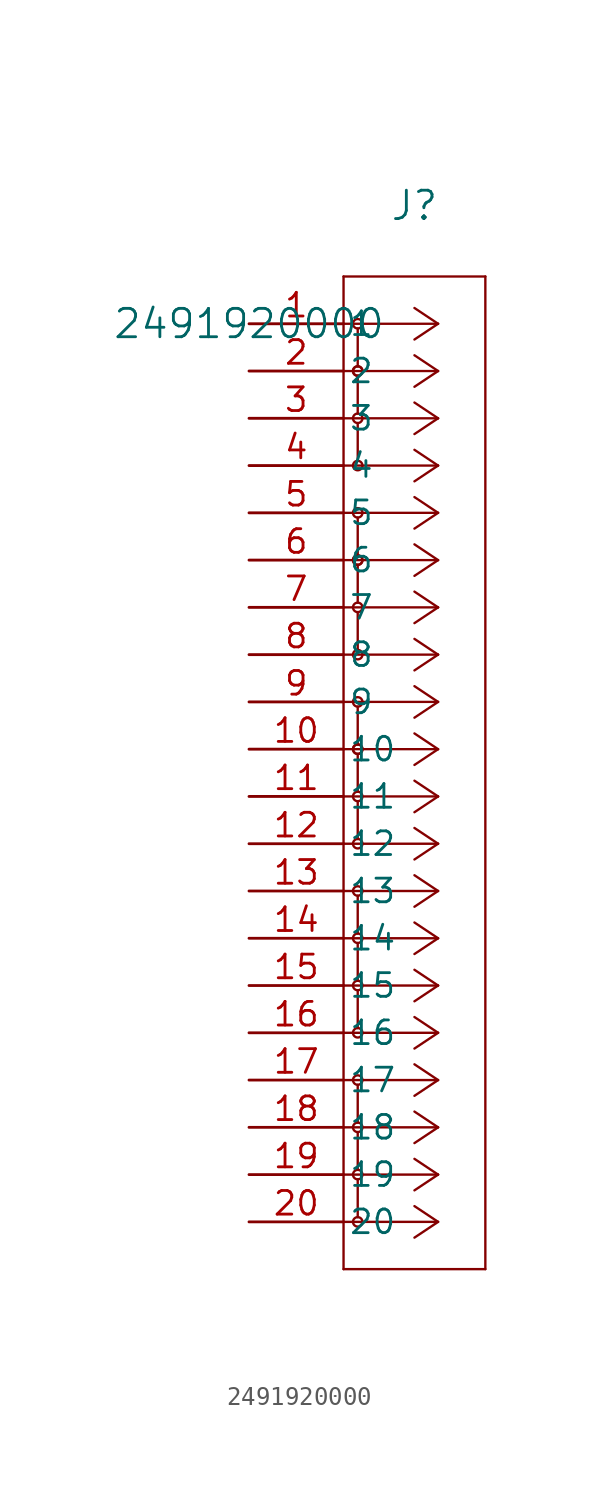
<source format=kicad_sym>
(kicad_symbol_lib
  (version 20211014)
  (generator kicad_symbol_editor)
  (symbol "2491920000"
    (pin_names
      (offset 0.254))
    (property "Reference" "J"
      (at 8.89 6.35 0)
      (effects (font (size 1.524 1.524))))
    (property "Value" "2491920000"
      (at 0 0 0)
      (effects (font (size 1.524 1.524))))
    (symbol "2491920000_0_1"
      (polyline (pts (xy 10.16 0) (xy 5.08 0)) (stroke (width 0.127) (type default) (color 0 0 0 0)) (fill (type none)))
      (polyline (pts (xy 10.16 -2.54) (xy 5.08 -2.54)) (stroke (width 0.127) (type default) (color 0 0 0 0)) (fill (type none)))
      (polyline (pts (xy 10.16 -5.08) (xy 5.08 -5.08)) (stroke (width 0.127) (type default) (color 0 0 0 0)) (fill (type none)))
      (polyline (pts (xy 10.16 -7.62) (xy 5.08 -7.62)) (stroke (width 0.127) (type default) (color 0 0 0 0)) (fill (type none)))
      (polyline (pts (xy 10.16 -10.16) (xy 5.08 -10.16)) (stroke (width 0.127) (type default) (color 0 0 0 0)) (fill (type none)))
      (polyline (pts (xy 10.16 -12.7) (xy 5.08 -12.7)) (stroke (width 0.127) (type default) (color 0 0 0 0)) (fill (type none)))
      (polyline (pts (xy 10.16 -15.24) (xy 5.08 -15.24)) (stroke (width 0.127) (type default) (color 0 0 0 0)) (fill (type none)))
      (polyline (pts (xy 10.16 -17.78) (xy 5.08 -17.78)) (stroke (width 0.127) (type default) (color 0 0 0 0)) (fill (type none)))
      (polyline (pts (xy 10.16 -20.32) (xy 5.08 -20.32)) (stroke (width 0.127) (type default) (color 0 0 0 0)) (fill (type none)))
      (polyline (pts (xy 10.16 -22.86) (xy 5.08 -22.86)) (stroke (width 0.127) (type default) (color 0 0 0 0)) (fill (type none)))
      (polyline (pts (xy 10.16 -25.4) (xy 5.08 -25.4)) (stroke (width 0.127) (type default) (color 0 0 0 0)) (fill (type none)))
      (polyline (pts (xy 10.16 -27.94) (xy 5.08 -27.94)) (stroke (width 0.127) (type default) (color 0 0 0 0)) (fill (type none)))
      (polyline (pts (xy 10.16 -30.48) (xy 5.08 -30.48)) (stroke (width 0.127) (type default) (color 0 0 0 0)) (fill (type none)))
      (polyline (pts (xy 10.16 -33.02) (xy 5.08 -33.02)) (stroke (width 0.127) (type default) (color 0 0 0 0)) (fill (type none)))
      (polyline (pts (xy 10.16 -35.56) (xy 5.08 -35.56)) (stroke (width 0.127) (type default) (color 0 0 0 0)) (fill (type none)))
      (polyline (pts (xy 10.16 -38.1) (xy 5.08 -38.1)) (stroke (width 0.127) (type default) (color 0 0 0 0)) (fill (type none)))
      (polyline (pts (xy 10.16 -40.64) (xy 5.08 -40.64)) (stroke (width 0.127) (type default) (color 0 0 0 0)) (fill (type none)))
      (polyline (pts (xy 10.16 -43.18) (xy 5.08 -43.18)) (stroke (width 0.127) (type default) (color 0 0 0 0)) (fill (type none)))
      (polyline (pts (xy 10.16 -45.72) (xy 5.08 -45.72)) (stroke (width 0.127) (type default) (color 0 0 0 0)) (fill (type none)))
      (polyline (pts (xy 10.16 -48.26) (xy 5.08 -48.26)) (stroke (width 0.127) (type default) (color 0 0 0 0)) (fill (type none)))
      (polyline (pts (xy 10.16 0) (xy 8.89 0.847)) (stroke (width 0.127) (type default) (color 0 0 0 0)) (fill (type none)))
      (polyline (pts (xy 10.16 -2.54) (xy 8.89 -1.693)) (stroke (width 0.127) (type default) (color 0 0 0 0)) (fill (type none)))
      (polyline (pts (xy 10.16 -5.08) (xy 8.89 -4.233)) (stroke (width 0.127) (type default) (color 0 0 0 0)) (fill (type none)))
      (polyline (pts (xy 10.16 -7.62) (xy 8.89 -6.773)) (stroke (width 0.127) (type default) (color 0 0 0 0)) (fill (type none)))
      (polyline (pts (xy 10.16 -10.16) (xy 8.89 -9.313)) (stroke (width 0.127) (type default) (color 0 0 0 0)) (fill (type none)))
      (polyline (pts (xy 10.16 -12.7) (xy 8.89 -11.853)) (stroke (width 0.127) (type default) (color 0 0 0 0)) (fill (type none)))
      (polyline (pts (xy 10.16 -15.24) (xy 8.89 -14.393)) (stroke (width 0.127) (type default) (color 0 0 0 0)) (fill (type none)))
      (polyline (pts (xy 10.16 -17.78) (xy 8.89 -16.933)) (stroke (width 0.127) (type default) (color 0 0 0 0)) (fill (type none)))
      (polyline (pts (xy 10.16 -20.32) (xy 8.89 -19.473)) (stroke (width 0.127) (type default) (color 0 0 0 0)) (fill (type none)))
      (polyline (pts (xy 10.16 -22.86) (xy 8.89 -22.013)) (stroke (width 0.127) (type default) (color 0 0 0 0)) (fill (type none)))
      (polyline (pts (xy 10.16 -25.4) (xy 8.89 -24.553)) (stroke (width 0.127) (type default) (color 0 0 0 0)) (fill (type none)))
      (polyline (pts (xy 10.16 -27.94) (xy 8.89 -27.093)) (stroke (width 0.127) (type default) (color 0 0 0 0)) (fill (type none)))
      (polyline (pts (xy 10.16 -30.48) (xy 8.89 -29.633)) (stroke (width 0.127) (type default) (color 0 0 0 0)) (fill (type none)))
      (polyline (pts (xy 10.16 -33.02) (xy 8.89 -32.173)) (stroke (width 0.127) (type default) (color 0 0 0 0)) (fill (type none)))
      (polyline (pts (xy 10.16 -35.56) (xy 8.89 -34.713)) (stroke (width 0.127) (type default) (color 0 0 0 0)) (fill (type none)))
      (polyline (pts (xy 10.16 -38.1) (xy 8.89 -37.253)) (stroke (width 0.127) (type default) (color 0 0 0 0)) (fill (type none)))
      (polyline (pts (xy 10.16 -40.64) (xy 8.89 -39.793)) (stroke (width 0.127) (type default) (color 0 0 0 0)) (fill (type none)))
      (polyline (pts (xy 10.16 -43.18) (xy 8.89 -42.333)) (stroke (width 0.127) (type default) (color 0 0 0 0)) (fill (type none)))
      (polyline (pts (xy 10.16 -45.72) (xy 8.89 -44.873)) (stroke (width 0.127) (type default) (color 0 0 0 0)) (fill (type none)))
      (polyline (pts (xy 10.16 -48.26) (xy 8.89 -47.413)) (stroke (width 0.127) (type default) (color 0 0 0 0)) (fill (type none)))
      (polyline (pts (xy 10.16 0) (xy 8.89 -0.847)) (stroke (width 0.127) (type default) (color 0 0 0 0)) (fill (type none)))
      (polyline (pts (xy 10.16 -2.54) (xy 8.89 -3.387)) (stroke (width 0.127) (type default) (color 0 0 0 0)) (fill (type none)))
      (polyline (pts (xy 10.16 -5.08) (xy 8.89 -5.927)) (stroke (width 0.127) (type default) (color 0 0 0 0)) (fill (type none)))
      (polyline (pts (xy 10.16 -7.62) (xy 8.89 -8.467)) (stroke (width 0.127) (type default) (color 0 0 0 0)) (fill (type none)))
      (polyline (pts (xy 10.16 -10.16) (xy 8.89 -11.007)) (stroke (width 0.127) (type default) (color 0 0 0 0)) (fill (type none)))
      (polyline (pts (xy 10.16 -12.7) (xy 8.89 -13.547)) (stroke (width 0.127) (type default) (color 0 0 0 0)) (fill (type none)))
      (polyline (pts (xy 10.16 -15.24) (xy 8.89 -16.087)) (stroke (width 0.127) (type default) (color 0 0 0 0)) (fill (type none)))
      (polyline (pts (xy 10.16 -17.78) (xy 8.89 -18.627)) (stroke (width 0.127) (type default) (color 0 0 0 0)) (fill (type none)))
      (polyline (pts (xy 10.16 -20.32) (xy 8.89 -21.167)) (stroke (width 0.127) (type default) (color 0 0 0 0)) (fill (type none)))
      (polyline (pts (xy 10.16 -22.86) (xy 8.89 -23.707)) (stroke (width 0.127) (type default) (color 0 0 0 0)) (fill (type none)))
      (polyline (pts (xy 10.16 -25.4) (xy 8.89 -26.247)) (stroke (width 0.127) (type default) (color 0 0 0 0)) (fill (type none)))
      (polyline (pts (xy 10.16 -27.94) (xy 8.89 -28.787)) (stroke (width 0.127) (type default) (color 0 0 0 0)) (fill (type none)))
      (polyline (pts (xy 10.16 -30.48) (xy 8.89 -31.327)) (stroke (width 0.127) (type default) (color 0 0 0 0)) (fill (type none)))
      (polyline (pts (xy 10.16 -33.02) (xy 8.89 -33.867)) (stroke (width 0.127) (type default) (color 0 0 0 0)) (fill (type none)))
      (polyline (pts (xy 10.16 -35.56) (xy 8.89 -36.407)) (stroke (width 0.127) (type default) (color 0 0 0 0)) (fill (type none)))
      (polyline (pts (xy 10.16 -38.1) (xy 8.89 -38.947)) (stroke (width 0.127) (type default) (color 0 0 0 0)) (fill (type none)))
      (polyline (pts (xy 10.16 -40.64) (xy 8.89 -41.487)) (stroke (width 0.127) (type default) (color 0 0 0 0)) (fill (type none)))
      (polyline (pts (xy 10.16 -43.18) (xy 8.89 -44.027)) (stroke (width 0.127) (type default) (color 0 0 0 0)) (fill (type none)))
      (polyline (pts (xy 10.16 -45.72) (xy 8.89 -46.567)) (stroke (width 0.127) (type default) (color 0 0 0 0)) (fill (type none)))
      (polyline (pts (xy 10.16 -48.26) (xy 8.89 -49.107)) (stroke (width 0.127) (type default) (color 0 0 0 0)) (fill (type none)))
      (polyline (pts (xy 5.08 2.54) (xy 5.08 -50.8)) (stroke (width 0.127) (type default) (color 0 0 0 0)) (fill (type none)))
      (polyline (pts (xy 5.08 -50.8) (xy 12.7 -50.8)) (stroke (width 0.127) (type default) (color 0 0 0 0)) (fill (type none)))
      (polyline (pts (xy 12.7 -50.8) (xy 12.7 2.54)) (stroke (width 0.127) (type default) (color 0 0 0 0)) (fill (type none)))
      (polyline (pts (xy 12.7 2.54) (xy 5.08 2.54)) (stroke (width 0.127) (type default) (color 0 0 0 0)) (fill (type none)))
      (circle (center 5.842 -2.54) (radius 0.254) (stroke (width 0.127) (type default) (color 0 0 0 0)) (fill (type none)))
      (circle (center 5.842 0) (radius 0.254) (stroke (width 0.127) (type default) (color 0 0 0 0)) (fill (type none)))
      (circle (center 5.842 -5.08) (radius 0.254) (stroke (width 0.127) (type default) (color 0 0 0 0)) (fill (type none)))
      (circle (center 5.842 -7.62) (radius 0.254) (stroke (width 0.127) (type default) (color 0 0 0 0)) (fill (type none)))
      (circle (center 5.842 -10.16) (radius 0.254) (stroke (width 0.127) (type default) (color 0 0 0 0)) (fill (type none)))
      (circle (center 5.842 -2.54) (radius 0.254) (stroke (width 0.127) (type default) (color 0 0 0 0)) (fill (type none)))
      (circle (center 5.842 -12.7) (radius 0.254) (stroke (width 0.127) (type default) (color 0 0 0 0)) (fill (type none)))
      (circle (center 5.842 -15.24) (radius 0.254) (stroke (width 0.127) (type default) (color 0 0 0 0)) (fill (type none)))
      (circle (center 5.842 -17.78) (radius 0.254) (stroke (width 0.127) (type default) (color 0 0 0 0)) (fill (type none)))
      (circle (center 5.842 -20.32) (radius 0.254) (stroke (width 0.127) (type default) (color 0 0 0 0)) (fill (type none)))
      (circle (center 5.842 -12.7) (radius 0.254) (stroke (width 0.127) (type default) (color 0 0 0 0)) (fill (type none)))
      (circle (center 5.842 -22.86) (radius 0.254) (stroke (width 0.127) (type default) (color 0 0 0 0)) (fill (type none)))
      (circle (center 5.842 -25.4) (radius 0.254) (stroke (width 0.127) (type default) (color 0 0 0 0)) (fill (type none)))
      (circle (center 5.842 -27.94) (radius 0.254) (stroke (width 0.127) (type default) (color 0 0 0 0)) (fill (type none)))
      (circle (center 5.842 -30.48) (radius 0.254) (stroke (width 0.127) (type default) (color 0 0 0 0)) (fill (type none)))
      (circle (center 5.842 -22.86) (radius 0.254) (stroke (width 0.127) (type default) (color 0 0 0 0)) (fill (type none)))
      (polyline (pts (xy 5.842 -0.254) (xy 5.842 -2.286)) (stroke (width 0.127) (type default) (color 0 0 0 0)) (fill (type none)))
      (polyline (pts (xy 5.842 -2.794) (xy 5.842 -4.826)) (stroke (width 0.127) (type default) (color 0 0 0 0)) (fill (type none)))
      (polyline (pts (xy 5.842 -5.334) (xy 5.842 -7.366)) (stroke (width 0.127) (type default) (color 0 0 0 0)) (fill (type none)))
      (polyline (pts (xy 5.842 -10.414) (xy 5.842 -12.446)) (stroke (width 0.127) (type default) (color 0 0 0 0)) (fill (type none)))
      (polyline (pts (xy 5.842 -12.954) (xy 5.842 -14.986)) (stroke (width 0.127) (type default) (color 0 0 0 0)) (fill (type none)))
      (polyline (pts (xy 5.842 -15.494) (xy 5.842 -17.526)) (stroke (width 0.127) (type default) (color 0 0 0 0)) (fill (type none)))
      (polyline (pts (xy 5.842 -20.574) (xy 5.842 -22.606)) (stroke (width 0.127) (type default) (color 0 0 0 0)) (fill (type none)))
      (polyline (pts (xy 5.842 -23.114) (xy 5.842 -25.146)) (stroke (width 0.127) (type default) (color 0 0 0 0)) (fill (type none)))
      (polyline (pts (xy 5.842 -25.654) (xy 5.842 -27.686)) (stroke (width 0.127) (type default) (color 0 0 0 0)) (fill (type none)))
      (circle (center 5.842 -33.02) (radius 0.254) (stroke (width 0.127) (type default) (color 0 0 0 0)) (fill (type none)))
      (circle (center 5.842 -35.56) (radius 0.254) (stroke (width 0.127) (type default) (color 0 0 0 0)) (fill (type none)))
      (circle (center 5.842 -38.1) (radius 0.254) (stroke (width 0.127) (type default) (color 0 0 0 0)) (fill (type none)))
      (circle (center 5.842 -40.64) (radius 0.254) (stroke (width 0.127) (type default) (color 0 0 0 0)) (fill (type none)))
      (circle (center 5.842 -43.18) (radius 0.254) (stroke (width 0.127) (type default) (color 0 0 0 0)) (fill (type none)))
      (circle (center 5.842 -45.72) (radius 0.254) (stroke (width 0.127) (type default) (color 0 0 0 0)) (fill (type none)))
      (circle (center 5.842 -48.26) (radius 0.254) (stroke (width 0.127) (type default) (color 0 0 0 0)) (fill (type none)))
      (polyline (pts (xy 5.842 -48.006) (xy 5.842 -45.974)) (stroke (width 0.127) (type default) (color 0 0 0 0)) (fill (type none)))
      (polyline (pts (xy 5.842 -45.466) (xy 5.842 -43.434)) (stroke (width 0.127) (type default) (color 0 0 0 0)) (fill (type none)))
      (polyline (pts (xy 5.842 -42.926) (xy 5.842 -40.894)) (stroke (width 0.127) (type default) (color 0 0 0 0)) (fill (type none)))
      (polyline (pts (xy 5.842 -37.846) (xy 5.842 -35.814)) (stroke (width 0.127) (type default) (color 0 0 0 0)) (fill (type none)))
      (polyline (pts (xy 5.842 -35.306) (xy 5.842 -33.274)) (stroke (width 0.127) (type default) (color 0 0 0 0)) (fill (type none)))
      (polyline (pts (xy 5.842 -32.766) (xy 5.842 -30.734)) (stroke (width 0.127) (type default) (color 0 0 0 0)) (fill (type none)))
      (pin unspecified line (at 0 0 0) (length 5.08) (name "1" (effects (font (size 1.27 1.27)))) (number "1" (effects (font (size 1.27 1.27)))))
      (pin unspecified line (at 0 -2.54 0) (length 5.08) (name "2" (effects (font (size 1.27 1.27)))) (number "2" (effects (font (size 1.27 1.27)))))
      (pin unspecified line (at 0 -5.08 0) (length 5.08) (name "3" (effects (font (size 1.27 1.27)))) (number "3" (effects (font (size 1.27 1.27)))))
      (pin unspecified line (at 0 -7.62 0) (length 5.08) (name "4" (effects (font (size 1.27 1.27)))) (number "4" (effects (font (size 1.27 1.27)))))
      (pin unspecified line (at 0 -10.16 0) (length 5.08) (name "5" (effects (font (size 1.27 1.27)))) (number "5" (effects (font (size 1.27 1.27)))))
      (pin unspecified line (at 0 -12.7 0) (length 5.08) (name "6" (effects (font (size 1.27 1.27)))) (number "6" (effects (font (size 1.27 1.27)))))
      (pin unspecified line (at 0 -15.24 0) (length 5.08) (name "7" (effects (font (size 1.27 1.27)))) (number "7" (effects (font (size 1.27 1.27)))))
      (pin unspecified line (at 0 -17.78 0) (length 5.08) (name "8" (effects (font (size 1.27 1.27)))) (number "8" (effects (font (size 1.27 1.27)))))
      (pin unspecified line (at 0 -20.32 0) (length 5.08) (name "9" (effects (font (size 1.27 1.27)))) (number "9" (effects (font (size 1.27 1.27)))))
      (pin unspecified line (at 0 -22.86 0) (length 5.08) (name "10" (effects (font (size 1.27 1.27)))) (number "10" (effects (font (size 1.27 1.27)))))
      (pin unspecified line (at 0 -25.4 0) (length 5.08) (name "11" (effects (font (size 1.27 1.27)))) (number "11" (effects (font (size 1.27 1.27)))))
      (pin unspecified line (at 0 -27.94 0) (length 5.08) (name "12" (effects (font (size 1.27 1.27)))) (number "12" (effects (font (size 1.27 1.27)))))
      (pin unspecified line (at 0 -30.48 0) (length 5.08) (name "13" (effects (font (size 1.27 1.27)))) (number "13" (effects (font (size 1.27 1.27)))))
      (pin unspecified line (at 0 -33.02 0) (length 5.08) (name "14" (effects (font (size 1.27 1.27)))) (number "14" (effects (font (size 1.27 1.27)))))
      (pin unspecified line (at 0 -35.56 0) (length 5.08) (name "15" (effects (font (size 1.27 1.27)))) (number "15" (effects (font (size 1.27 1.27)))))
      (pin unspecified line (at 0 -38.1 0) (length 5.08) (name "16" (effects (font (size 1.27 1.27)))) (number "16" (effects (font (size 1.27 1.27)))))
      (pin unspecified line (at 0 -40.64 0) (length 5.08) (name "17" (effects (font (size 1.27 1.27)))) (number "17" (effects (font (size 1.27 1.27)))))
      (pin unspecified line (at 0 -43.18 0) (length 5.08) (name "18" (effects (font (size 1.27 1.27)))) (number "18" (effects (font (size 1.27 1.27)))))
      (pin unspecified line (at 0 -45.72 0) (length 5.08) (name "19" (effects (font (size 1.27 1.27)))) (number "19" (effects (font (size 1.27 1.27)))))
      (pin unspecified line (at 0 -48.26 0) (length 5.08) (name "20" (effects (font (size 1.27 1.27)))) (number "20" (effects (font (size 1.27 1.27))))))))
</source>
